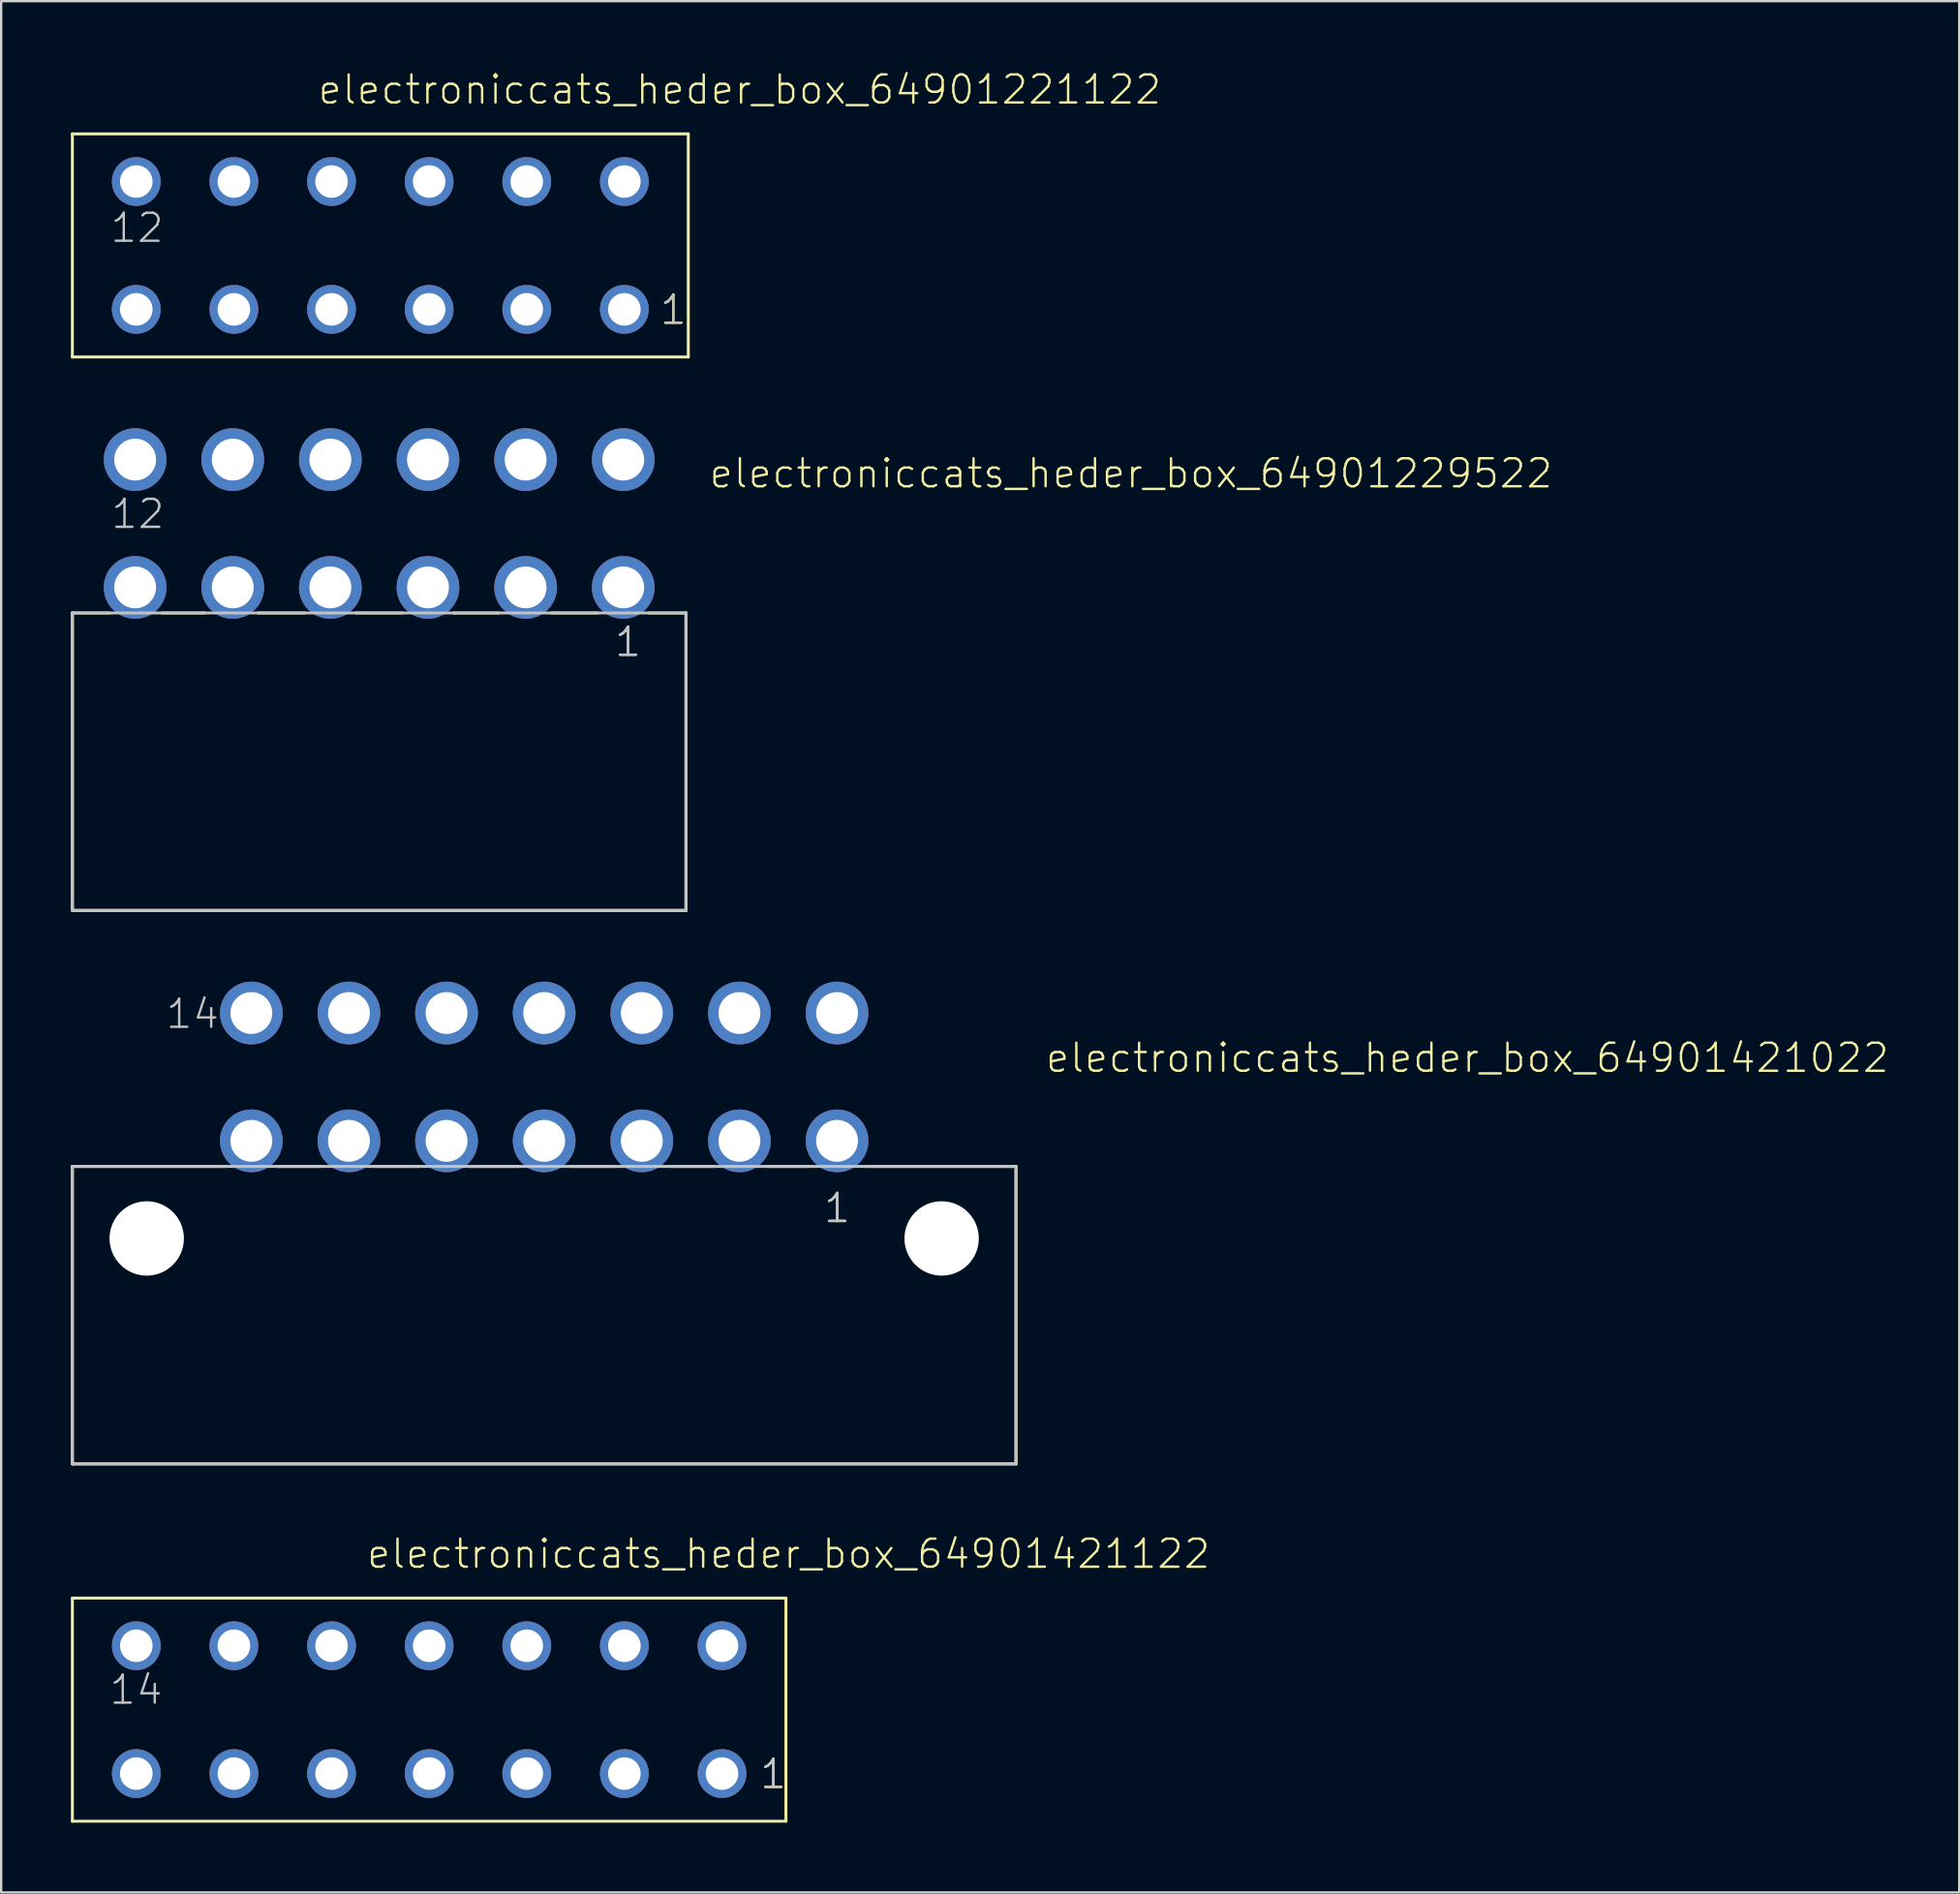
<source format=kicad_pcb>
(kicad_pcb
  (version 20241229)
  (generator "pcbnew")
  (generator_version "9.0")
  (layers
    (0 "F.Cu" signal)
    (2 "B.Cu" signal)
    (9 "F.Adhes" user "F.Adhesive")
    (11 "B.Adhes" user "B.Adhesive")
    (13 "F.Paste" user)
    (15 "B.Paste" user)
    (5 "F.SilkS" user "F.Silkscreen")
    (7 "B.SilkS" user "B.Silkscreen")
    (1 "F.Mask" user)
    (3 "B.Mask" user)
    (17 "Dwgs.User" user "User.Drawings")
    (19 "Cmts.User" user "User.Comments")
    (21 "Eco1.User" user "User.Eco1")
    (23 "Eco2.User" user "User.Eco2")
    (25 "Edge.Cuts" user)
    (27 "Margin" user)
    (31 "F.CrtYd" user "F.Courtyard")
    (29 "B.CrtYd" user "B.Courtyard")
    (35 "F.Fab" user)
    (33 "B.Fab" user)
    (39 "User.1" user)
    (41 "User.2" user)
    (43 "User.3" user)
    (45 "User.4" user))
  (footprint "electroniccats_heder_box_64901421122"
    (layer "F.Cu")
    (at 15.414 70.513)
    (property "Reference" "electroniccats_heder_box_64901421122" (at -2.75 -6 0) (layer "F.SilkS") (effects (font (size 1.206 1.206) (thickness 0.102)) (justify left bottom)))
    (attr through_hole)
    (fp_line (start -15.35 -4.8) (end 15.35 -4.8) (stroke (width 0.127) (type solid)) (layer "F.SilkS"))
    (fp_line (start -15.35 4.8) (end -15.35 -4.8) (stroke (width 0.127) (type solid)) (layer "F.SilkS"))
    (fp_line (start 15.35 -4.8) (end 15.35 4.8) (stroke (width 0.127) (type solid)) (layer "F.SilkS"))
    (fp_line (start 15.35 4.8) (end -15.35 4.8) (stroke (width 0.127) (type solid)) (layer "F.SilkS"))
    (fp_text user "1" (at 14.165 3.475 0) (layer "F.SilkS") (effects (font (size 1.206 1.206) (thickness 0.102)) (justify left bottom)))
    (fp_text user "1" (at 14.165 3.475 0) (layer "Dwgs.User") (effects (font (size 1.206 1.206) (thickness 0.102)) (justify left bottom)))
    (fp_text user "14" (at -13.825 -0.15 0) (layer "Dwgs.User") (effects (font (size 1.206 1.206) (thickness 0.102)) (justify left bottom)))
    (pad "1" thru_hole circle (at 12.6 2.75) (size 2.1 2.1) (drill 1.4) (layers "*.Cu" "*.Mask"))
    (pad "2" thru_hole circle (at 8.4 2.75) (size 2.1 2.1) (drill 1.4) (layers "*.Cu" "*.Mask"))
    (pad "3" thru_hole circle (at 4.2 2.75) (size 2.1 2.1) (drill 1.4) (layers "*.Cu" "*.Mask"))
    (pad "4" thru_hole circle (at 0 2.75) (size 2.1 2.1) (drill 1.4) (layers "*.Cu" "*.Mask"))
    (pad "5" thru_hole circle (at -4.2 2.75) (size 2.1 2.1) (drill 1.4) (layers "*.Cu" "*.Mask"))
    (pad "6" thru_hole circle (at -8.4 2.75) (size 2.1 2.1) (drill 1.4) (layers "*.Cu" "*.Mask"))
    (pad "7" thru_hole circle (at -12.6 2.75) (size 2.1 2.1) (drill 1.4) (layers "*.Cu" "*.Mask"))
    (pad "8" thru_hole circle (at 12.6 -2.75) (size 2.1 2.1) (drill 1.4) (layers "*.Cu" "*.Mask"))
    (pad "9" thru_hole circle (at 8.4 -2.75) (size 2.1 2.1) (drill 1.4) (layers "*.Cu" "*.Mask"))
    (pad "10" thru_hole circle (at 4.2 -2.75) (size 2.1 2.1) (drill 1.4) (layers "*.Cu" "*.Mask"))
    (pad "11" thru_hole circle (at 0 -2.75) (size 2.1 2.1) (drill 1.4) (layers "*.Cu" "*.Mask"))
    (pad "12" thru_hole circle (at -4.2 -2.75) (size 2.1 2.1) (drill 1.4) (layers "*.Cu" "*.Mask"))
    (pad "13" thru_hole circle (at -8.4 -2.75) (size 2.1 2.1) (drill 1.4) (layers "*.Cu" "*.Mask"))
    (pad "14" thru_hole circle (at -12.6 -2.75) (size 2.1 2.1) (drill 1.4) (layers "*.Cu" "*.Mask")))
  (footprint "electroniccats_heder_box_64901221122"
    (layer "F.Cu")
    (at 13.313 7.511)
    (property "Reference" "electroniccats_heder_box_64901221122" (at -2.75 -6 0) (layer "F.SilkS") (effects (font (size 1.206 1.206) (thickness 0.102)) (justify left bottom)))
    (attr through_hole)
    (fp_line (start -13.25 -4.8) (end 13.25 -4.8) (stroke (width 0.127) (type solid)) (layer "F.SilkS"))
    (fp_line (start -13.25 4.8) (end -13.25 -4.8) (stroke (width 0.127) (type solid)) (layer "F.SilkS"))
    (fp_line (start 13.25 -4.8) (end 13.25 4.8) (stroke (width 0.127) (type solid)) (layer "F.SilkS"))
    (fp_line (start 13.25 4.8) (end -13.25 4.8) (stroke (width 0.127) (type solid)) (layer "F.SilkS"))
    (fp_text user "1" (at 11.965 3.475 0) (layer "F.SilkS") (effects (font (size 1.206 1.206) (thickness 0.102)) (justify left bottom)))
    (fp_text user "12" (at -11.68 -0.05 0) (layer "Dwgs.User") (effects (font (size 1.206 1.206) (thickness 0.102)) (justify left bottom)))
    (fp_text user "1" (at 11.965 3.475 0) (layer "Dwgs.User") (effects (font (size 1.206 1.206) (thickness 0.102)) (justify left bottom)))
    (pad "1" thru_hole circle (at 10.5 2.75) (size 2.1 2.1) (drill 1.4) (layers "*.Cu" "*.Mask"))
    (pad "2" thru_hole circle (at 6.3 2.75) (size 2.1 2.1) (drill 1.4) (layers "*.Cu" "*.Mask"))
    (pad "3" thru_hole circle (at 2.1 2.75) (size 2.1 2.1) (drill 1.4) (layers "*.Cu" "*.Mask"))
    (pad "4" thru_hole circle (at -2.1 2.75) (size 2.1 2.1) (drill 1.4) (layers "*.Cu" "*.Mask"))
    (pad "5" thru_hole circle (at -6.3 2.75) (size 2.1 2.1) (drill 1.4) (layers "*.Cu" "*.Mask"))
    (pad "6" thru_hole circle (at -10.5 2.75) (size 2.1 2.1) (drill 1.4) (layers "*.Cu" "*.Mask"))
    (pad "7" thru_hole circle (at 10.5 -2.75) (size 2.1 2.1) (drill 1.4) (layers "*.Cu" "*.Mask"))
    (pad "8" thru_hole circle (at 6.3 -2.75) (size 2.1 2.1) (drill 1.4) (layers "*.Cu" "*.Mask"))
    (pad "9" thru_hole circle (at 2.1 -2.75) (size 2.1 2.1) (drill 1.4) (layers "*.Cu" "*.Mask"))
    (pad "10" thru_hole circle (at -2.1 -2.75) (size 2.1 2.1) (drill 1.4) (layers "*.Cu" "*.Mask"))
    (pad "11" thru_hole circle (at -6.3 -2.75) (size 2.1 2.1) (drill 1.4) (layers "*.Cu" "*.Mask"))
    (pad "12" thru_hole circle (at -10.5 -2.75) (size 2.1 2.1) (drill 1.4) (layers "*.Cu" "*.Mask")))
  (footprint "electroniccats_heder_box_64901229522"
    (layer "F.Cu")
    (at 13.264 19.475)
    (property "Reference" "electroniccats_heder_box_64901229522" (at 14.133 -1.45 0) (layer "F.SilkS") (effects (font (size 1.206 1.206) (thickness 0.102)) (justify left bottom)))
    (attr through_hole)
    (fp_line (start -13.2 3.85) (end -11.6 3.85) (stroke (width 0.127) (type solid)) (layer "F.SilkS"))
    (fp_line (start -13.2 16.65) (end -13.2 3.85) (stroke (width 0.127) (type solid)) (layer "F.SilkS"))
    (fp_line (start -9.35 3.85) (end -7.5 3.85) (stroke (width 0.127) (type solid)) (layer "F.SilkS"))
    (fp_line (start -5.2 3.85) (end -3.2 3.85) (stroke (width 0.127) (type solid)) (layer "F.SilkS"))
    (fp_line (start -1 3.85) (end 1 3.85) (stroke (width 0.127) (type solid)) (layer "F.SilkS"))
    (fp_line (start 3.2 3.85) (end 5.15 3.85) (stroke (width 0.127) (type solid)) (layer "F.SilkS"))
    (fp_line (start 7.4 3.85) (end 9.4 3.85) (stroke (width 0.127) (type solid)) (layer "F.SilkS"))
    (fp_line (start 11.6 3.85) (end 13.2 3.85) (stroke (width 0.127) (type solid)) (layer "F.SilkS"))
    (fp_line (start 13.2 3.85) (end 13.2 16.65) (stroke (width 0.127) (type solid)) (layer "F.SilkS"))
    (fp_line (start 13.2 16.65) (end -13.2 16.65) (stroke (width 0.127) (type solid)) (layer "F.SilkS"))
    (fp_line (start -13.2 3.85) (end 13.2 3.85) (stroke (width 0.127) (type solid)) (layer "Dwgs.User"))
    (fp_line (start -13.2 16.65) (end -13.2 3.85) (stroke (width 0.127) (type solid)) (layer "Dwgs.User"))
    (fp_line (start 13.2 3.85) (end 13.2 16.65) (stroke (width 0.127) (type solid)) (layer "Dwgs.User"))
    (fp_line (start 13.2 16.65) (end -13.2 16.65) (stroke (width 0.127) (type solid)) (layer "Dwgs.User"))
    (fp_text user "1" (at 10.065 5.8 0) (layer "F.SilkS") (effects (font (size 1.206 1.206) (thickness 0.102)) (justify left bottom)))
    (fp_text user "12" (at -11.6 0.295 0) (layer "Dwgs.User") (effects (font (size 1.206 1.206) (thickness 0.102)) (justify left bottom)))
    (fp_text user "1" (at 10.065 5.8 0) (layer "Dwgs.User") (effects (font (size 1.206 1.206) (thickness 0.102)) (justify left bottom)))
    (pad "1" thru_hole circle (at 10.5 2.75) (size 2.7 2.7) (drill 1.8) (layers "*.Cu" "*.Mask"))
    (pad "2" thru_hole circle (at 6.3 2.75) (size 2.7 2.7) (drill 1.8) (layers "*.Cu" "*.Mask"))
    (pad "3" thru_hole circle (at 2.1 2.75) (size 2.7 2.7) (drill 1.8) (layers "*.Cu" "*.Mask"))
    (pad "4" thru_hole circle (at -2.1 2.75) (size 2.7 2.7) (drill 1.8) (layers "*.Cu" "*.Mask"))
    (pad "5" thru_hole circle (at -6.3 2.75) (size 2.7 2.7) (drill 1.8) (layers "*.Cu" "*.Mask"))
    (pad "6" thru_hole circle (at -10.5 2.75) (size 2.7 2.7) (drill 1.8) (layers "*.Cu" "*.Mask"))
    (pad "7" thru_hole circle (at 10.5 -2.75) (size 2.7 2.7) (drill 1.8) (layers "*.Cu" "*.Mask"))
    (pad "8" thru_hole circle (at 6.3 -2.75) (size 2.7 2.7) (drill 1.8) (layers "*.Cu" "*.Mask"))
    (pad "9" thru_hole circle (at 2.1 -2.75) (size 2.7 2.7) (drill 1.8) (layers "*.Cu" "*.Mask"))
    (pad "10" thru_hole circle (at -2.1 -2.75) (size 2.7 2.7) (drill 1.8) (layers "*.Cu" "*.Mask"))
    (pad "11" thru_hole circle (at -6.3 -2.75) (size 2.7 2.7) (drill 1.8) (layers "*.Cu" "*.Mask"))
    (pad "12" thru_hole circle (at -10.5 -2.75) (size 2.7 2.7) (drill 1.8) (layers "*.Cu" "*.Mask")))
  (footprint "electroniccats_heder_box_64901421022"
    (layer "F.Cu")
    (at 20.363 50.238)
    (property "Reference" "electroniccats_heder_box_64901421022" (at 21.508 -7.065 0) (layer "F.SilkS") (effects (font (size 1.206 1.206) (thickness 0.102)) (justify left bottom)))
    (attr through_hole)
    (fp_line (start -20.3 -3.1) (end -13.7 -3.1) (stroke (width 0.127) (type solid)) (layer "F.SilkS"))
    (fp_line (start -20.3 9.7) (end -20.3 -3.1) (stroke (width 0.127) (type solid)) (layer "F.SilkS"))
    (fp_line (start -11.5 -3.1) (end -9.55 -3.1) (stroke (width 0.127) (type solid)) (layer "F.SilkS"))
    (fp_line (start -7.3 -3.1) (end -5.4 -3.1) (stroke (width 0.127) (type solid)) (layer "F.SilkS"))
    (fp_line (start -3.2 -3.1) (end -1.1 -3.1) (stroke (width 0.127) (type solid)) (layer "F.SilkS"))
    (fp_line (start 1.15 -3.1) (end 3.05 -3.1) (stroke (width 0.127) (type solid)) (layer "F.SilkS"))
    (fp_line (start 5.45 -3.1) (end 7.3 -3.1) (stroke (width 0.127) (type solid)) (layer "F.SilkS"))
    (fp_line (start 9.55 -3.1) (end 11.4 -3.1) (stroke (width 0.127) (type solid)) (layer "F.SilkS"))
    (fp_line (start 13.85 -3.1) (end 20.3 -3.1) (stroke (width 0.127) (type solid)) (layer "F.SilkS"))
    (fp_line (start 20.3 -3.1) (end 20.3 9.7) (stroke (width 0.127) (type solid)) (layer "F.SilkS"))
    (fp_line (start 20.3 9.7) (end -20.3 9.7) (stroke (width 0.127) (type solid)) (layer "F.SilkS"))
    (fp_line (start -20.3 -3.1) (end 20.3 -3.1) (stroke (width 0.127) (type solid)) (layer "Dwgs.User"))
    (fp_line (start -20.3 9.7) (end -20.3 -3.1) (stroke (width 0.127) (type solid)) (layer "Dwgs.User"))
    (fp_line (start 20.3 -3.1) (end 20.3 9.7) (stroke (width 0.127) (type solid)) (layer "Dwgs.User"))
    (fp_line (start 20.3 9.7) (end -20.3 9.7) (stroke (width 0.127) (type solid)) (layer "Dwgs.User"))
    (fp_text user "1" (at 11.965 -0.6 0) (layer "F.SilkS") (effects (font (size 1.206 1.206) (thickness 0.102)) (justify left bottom)))
    (fp_text user "1" (at 11.965 -0.6 0) (layer "Dwgs.User") (effects (font (size 1.206 1.206) (thickness 0.102)) (justify left bottom)))
    (fp_text user "14" (at -16.345 -8.955 0) (layer "Dwgs.User") (effects (font (size 1.206 1.206) (thickness 0.102)) (justify left bottom)))
    (pad "" np_thru_hole circle (at -17.1 0) (size 3.2 3.2) (drill 3.2) (layers "*.Cu"))
    (pad "" np_thru_hole circle (at 17.1 0) (size 3.2 3.2) (drill 3.2) (layers "*.Cu"))
    (pad "1" thru_hole circle (at 12.6 -4.2) (size 2.7 2.7) (drill 1.8) (layers "*.Cu" "*.Mask"))
    (pad "2" thru_hole circle (at 8.4 -4.2) (size 2.7 2.7) (drill 1.8) (layers "*.Cu" "*.Mask"))
    (pad "3" thru_hole circle (at 4.2 -4.2) (size 2.7 2.7) (drill 1.8) (layers "*.Cu" "*.Mask"))
    (pad "4" thru_hole circle (at 0 -4.2) (size 2.7 2.7) (drill 1.8) (layers "*.Cu" "*.Mask"))
    (pad "5" thru_hole circle (at -4.2 -4.2) (size 2.7 2.7) (drill 1.8) (layers "*.Cu" "*.Mask"))
    (pad "6" thru_hole circle (at -8.4 -4.2) (size 2.7 2.7) (drill 1.8) (layers "*.Cu" "*.Mask"))
    (pad "7" thru_hole circle (at -12.6 -4.2) (size 2.7 2.7) (drill 1.8) (layers "*.Cu" "*.Mask"))
    (pad "8" thru_hole circle (at 12.6 -9.7) (size 2.7 2.7) (drill 1.8) (layers "*.Cu" "*.Mask"))
    (pad "9" thru_hole circle (at 8.4 -9.7) (size 2.7 2.7) (drill 1.8) (layers "*.Cu" "*.Mask"))
    (pad "10" thru_hole circle (at 4.2 -9.7) (size 2.7 2.7) (drill 1.8) (layers "*.Cu" "*.Mask"))
    (pad "11" thru_hole circle (at 0 -9.7) (size 2.7 2.7) (drill 1.8) (layers "*.Cu" "*.Mask"))
    (pad "12" thru_hole circle (at -4.2 -9.7) (size 2.7 2.7) (drill 1.8) (layers "*.Cu" "*.Mask"))
    (pad "13" thru_hole circle (at -8.4 -9.7) (size 2.7 2.7) (drill 1.8) (layers "*.Cu" "*.Mask"))
    (pad "14" thru_hole circle (at -12.6 -9.7) (size 2.7 2.7) (drill 1.8) (layers "*.Cu" "*.Mask")))
  (gr_rect
    (start -3 -3)
    (end 81.244 78.377)
    (stroke (width 0.1) (type default))
    (fill no)
    (layer "Edge.Cuts")))
</source>
